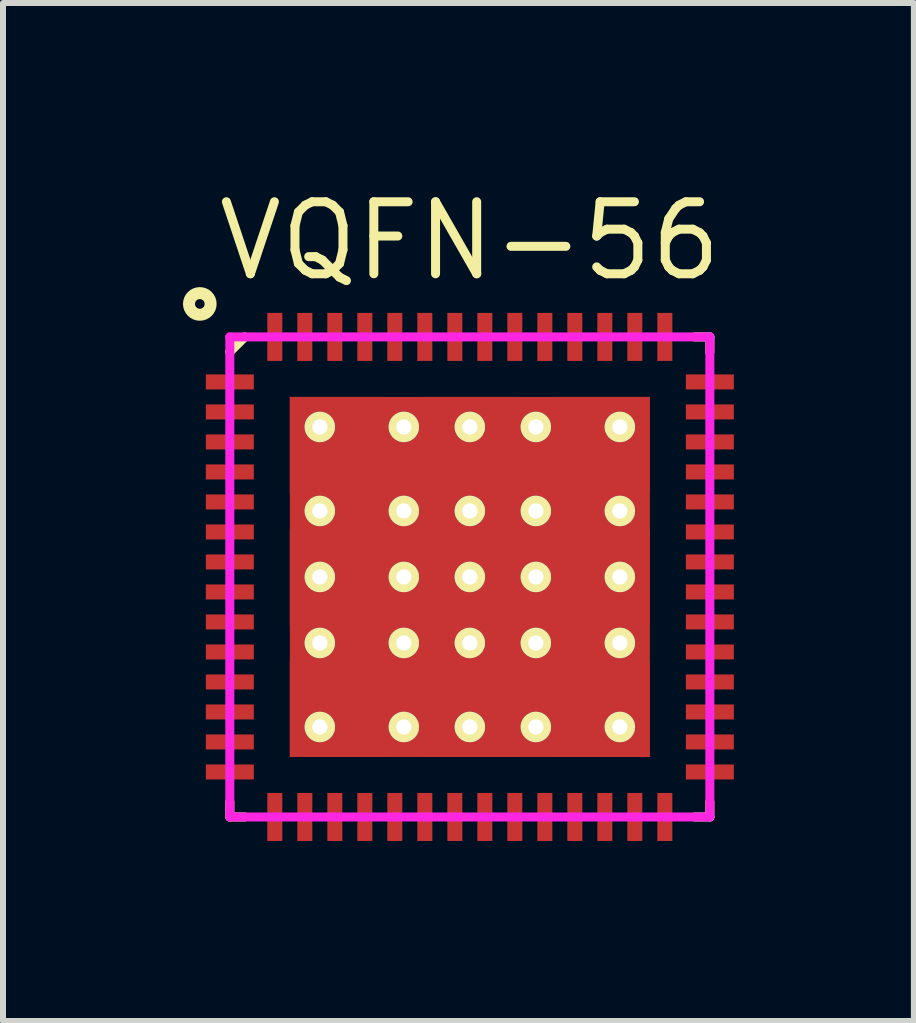
<source format=kicad_pcb>
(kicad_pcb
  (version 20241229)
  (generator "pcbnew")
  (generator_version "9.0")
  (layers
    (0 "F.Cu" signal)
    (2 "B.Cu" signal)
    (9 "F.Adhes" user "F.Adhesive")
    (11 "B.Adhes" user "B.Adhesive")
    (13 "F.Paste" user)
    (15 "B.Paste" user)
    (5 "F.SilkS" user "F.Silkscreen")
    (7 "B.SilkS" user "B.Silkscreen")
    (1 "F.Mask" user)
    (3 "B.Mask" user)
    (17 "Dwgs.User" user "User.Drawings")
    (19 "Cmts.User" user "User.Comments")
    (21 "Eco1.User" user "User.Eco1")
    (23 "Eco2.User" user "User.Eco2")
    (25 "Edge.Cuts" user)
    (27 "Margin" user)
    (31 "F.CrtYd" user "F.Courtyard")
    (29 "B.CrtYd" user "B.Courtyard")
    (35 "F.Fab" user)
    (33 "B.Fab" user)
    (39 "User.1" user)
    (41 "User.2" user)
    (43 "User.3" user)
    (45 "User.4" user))
  (footprint "VQFN-56"
    (layer "F.Cu")
    (at 4.78 6.565)
    (property "Reference" "VQFN-56" (at 0 -5.6 0) (layer "F.SilkS") (effects (font (size 1.2 1.2) (thickness 0.15))))
    (attr through_hole)
    (fp_line (start -4 -3.75) (end -3.75 -4) (stroke (width 0.15) (type solid)) (layer "F.SilkS"))
    (fp_line (start -4 4) (end -4 3.75) (stroke (width 0.15) (type solid)) (layer "F.SilkS"))
    (fp_line (start -3.75 4) (end -4 4) (stroke (width 0.15) (type solid)) (layer "F.SilkS"))
    (fp_line (start 3.75 -4) (end 4 -4) (stroke (width 0.15) (type solid)) (layer "F.SilkS"))
    (fp_line (start 3.75 4) (end 4 4) (stroke (width 0.15) (type solid)) (layer "F.SilkS"))
    (fp_line (start 4 -4) (end 4 -3.75) (stroke (width 0.15) (type solid)) (layer "F.SilkS"))
    (fp_line (start 4 4) (end 4 3.75) (stroke (width 0.15) (type solid)) (layer "F.SilkS"))
    (fp_circle (center -4.5 -4.55) (end -4.35 -4.45) (stroke (width 0.2) (type solid)) (fill no) (layer "F.SilkS"))
    (fp_line (start -4 -4) (end 4 -4) (stroke (width 0.15) (type solid)) (layer "F.CrtYd"))
    (fp_line (start -4 4) (end -4 -4) (stroke (width 0.15) (type solid)) (layer "F.CrtYd"))
    (fp_line (start 4 -4) (end 4 4) (stroke (width 0.15) (type solid)) (layer "F.CrtYd"))
    (fp_line (start 4 4) (end -4 4) (stroke (width 0.15) (type solid)) (layer "F.CrtYd"))
    (pad "0" thru_hole circle (at -2.5 -2.5) (size 0.508 0.508) (drill 0.254) (layers "*.Cu" "*.Mask" "F.SilkS"))
    (pad "0" thru_hole circle (at -2.5 -1.1) (size 0.508 0.508) (drill 0.254) (layers "*.Cu" "*.Mask" "F.SilkS"))
    (pad "0" thru_hole circle (at -2.5 0) (size 0.508 0.508) (drill 0.254) (layers "*.Cu" "*.Mask" "F.SilkS"))
    (pad "0" thru_hole circle (at -2.5 1.1) (size 0.508 0.508) (drill 0.254) (layers "*.Cu" "*.Mask" "F.SilkS"))
    (pad "0" thru_hole circle (at -2.5 2.5) (size 0.508 0.508) (drill 0.254) (layers "*.Cu" "*.Mask" "F.SilkS"))
    (pad "0" smd rect (at -2.2 -2.2) (size 1.6 1.6) (layers "F.Cu" "F.Mask" "F.Paste"))
    (pad "0" smd rect (at -2.2 0) (size 1.6 1.6) (layers "F.Cu" "F.Mask" "F.Paste"))
    (pad "0" smd rect (at -2.2 2.2) (size 1.6 1.6) (layers "F.Cu" "F.Mask" "F.Paste"))
    (pad "0" thru_hole circle (at -1.1 -2.5) (size 0.508 0.508) (drill 0.254) (layers "*.Cu" "*.Mask" "F.SilkS"))
    (pad "0" thru_hole circle (at -1.1 -1.1) (size 0.508 0.508) (drill 0.254) (layers "*.Cu" "*.Mask" "F.SilkS"))
    (pad "0" thru_hole circle (at -1.1 0) (size 0.508 0.508) (drill 0.254) (layers "*.Cu" "*.Mask" "F.SilkS"))
    (pad "0" thru_hole circle (at -1.1 1.1) (size 0.508 0.508) (drill 0.254) (layers "*.Cu" "*.Mask" "F.SilkS"))
    (pad "0" thru_hole circle (at -1.1 2.5) (size 0.508 0.508) (drill 0.254) (layers "*.Cu" "*.Mask" "F.SilkS"))
    (pad "0" thru_hole circle (at 0 -2.5) (size 0.508 0.508) (drill 0.254) (layers "*.Cu" "*.Mask" "F.SilkS"))
    (pad "0" smd rect (at 0 -2.2) (size 1.6 1.6) (layers "F.Cu" "F.Mask" "F.Paste"))
    (pad "0" thru_hole circle (at 0 -1.1) (size 0.508 0.508) (drill 0.254) (layers "*.Cu" "*.Mask" "F.SilkS"))
    (pad "0" thru_hole circle (at 0 0) (size 0.508 0.508) (drill 0.254) (layers "*.Cu" "*.Mask" "F.SilkS"))
    (pad "0" smd rect (at 0 0) (size 1.6 1.6) (layers "F.Cu" "F.Mask" "F.Paste"))
    (pad "0" smd rect (at 0 0) (size 6 6) (layers "F.Cu" "F.Mask"))
    (pad "0" thru_hole circle (at 0 1.1) (size 0.508 0.508) (drill 0.254) (layers "*.Cu" "*.Mask" "F.SilkS"))
    (pad "0" smd rect (at 0 2.2) (size 1.6 1.6) (layers "F.Cu" "F.Mask" "F.Paste"))
    (pad "0" thru_hole circle (at 0 2.5) (size 0.508 0.508) (drill 0.254) (layers "*.Cu" "*.Mask" "F.SilkS"))
    (pad "0" thru_hole circle (at 1.1 -2.5) (size 0.508 0.508) (drill 0.254) (layers "*.Cu" "*.Mask" "F.SilkS"))
    (pad "0" thru_hole circle (at 1.1 -1.1) (size 0.508 0.508) (drill 0.254) (layers "*.Cu" "*.Mask" "F.SilkS"))
    (pad "0" thru_hole circle (at 1.1 0) (size 0.508 0.508) (drill 0.254) (layers "*.Cu" "*.Mask" "F.SilkS"))
    (pad "0" thru_hole circle (at 1.1 1.1) (size 0.508 0.508) (drill 0.254) (layers "*.Cu" "*.Mask" "F.SilkS"))
    (pad "0" thru_hole circle (at 1.1 2.5) (size 0.508 0.508) (drill 0.254) (layers "*.Cu" "*.Mask" "F.SilkS"))
    (pad "0" smd rect (at 2.2 -2.2) (size 1.6 1.6) (layers "F.Cu" "F.Mask" "F.Paste"))
    (pad "0" smd rect (at 2.2 0) (size 1.6 1.6) (layers "F.Cu" "F.Mask" "F.Paste"))
    (pad "0" smd rect (at 2.2 2.2) (size 1.6 1.6) (layers "F.Cu" "F.Mask" "F.Paste"))
    (pad "0" thru_hole circle (at 2.5 -2.5) (size 0.508 0.508) (drill 0.254) (layers "*.Cu" "*.Mask" "F.SilkS"))
    (pad "0" thru_hole circle (at 2.5 -1.1) (size 0.508 0.508) (drill 0.254) (layers "*.Cu" "*.Mask" "F.SilkS"))
    (pad "0" thru_hole circle (at 2.5 0) (size 0.508 0.508) (drill 0.254) (layers "*.Cu" "*.Mask" "F.SilkS"))
    (pad "0" thru_hole circle (at 2.5 1.1) (size 0.508 0.508) (drill 0.254) (layers "*.Cu" "*.Mask" "F.SilkS"))
    (pad "0" thru_hole circle (at 2.5 2.5) (size 0.508 0.508) (drill 0.254) (layers "*.Cu" "*.Mask" "F.SilkS"))
    (pad "1" smd rect (at -4 -3.25 90) (size 0.25 0.8) (layers "F.Cu" "F.Mask" "F.Paste"))
    (pad "2" smd rect (at -4 -2.75 90) (size 0.25 0.8) (layers "F.Cu" "F.Mask" "F.Paste"))
    (pad "3" smd rect (at -4 -2.25 90) (size 0.25 0.8) (layers "F.Cu" "F.Mask" "F.Paste"))
    (pad "4" smd rect (at -4 -1.75 90) (size 0.25 0.8) (layers "F.Cu" "F.Mask" "F.Paste"))
    (pad "5" smd rect (at -4 -1.25 90) (size 0.25 0.8) (layers "F.Cu" "F.Mask" "F.Paste"))
    (pad "6" smd rect (at -4 -0.75 90) (size 0.25 0.8) (layers "F.Cu" "F.Mask" "F.Paste"))
    (pad "7" smd rect (at -4 -0.25 90) (size 0.25 0.8) (layers "F.Cu" "F.Mask" "F.Paste"))
    (pad "8" smd rect (at -4 0.25 90) (size 0.25 0.8) (layers "F.Cu" "F.Mask" "F.Paste"))
    (pad "9" smd rect (at -4 0.75 90) (size 0.25 0.8) (layers "F.Cu" "F.Mask" "F.Paste"))
    (pad "10" smd rect (at -4 1.25 90) (size 0.25 0.8) (layers "F.Cu" "F.Mask" "F.Paste"))
    (pad "11" smd rect (at -4 1.75 90) (size 0.25 0.8) (layers "F.Cu" "F.Mask" "F.Paste"))
    (pad "12" smd rect (at -4 2.25 90) (size 0.25 0.8) (layers "F.Cu" "F.Mask" "F.Paste"))
    (pad "13" smd rect (at -4 2.75 90) (size 0.25 0.8) (layers "F.Cu" "F.Mask" "F.Paste"))
    (pad "14" smd rect (at -4 3.25 90) (size 0.25 0.8) (layers "F.Cu" "F.Mask" "F.Paste"))
    (pad "15" smd rect (at -3.25 4) (size 0.25 0.8) (layers "F.Cu" "F.Mask" "F.Paste"))
    (pad "16" smd rect (at -2.75 4) (size 0.25 0.8) (layers "F.Cu" "F.Mask" "F.Paste"))
    (pad "17" smd rect (at -2.25 4) (size 0.25 0.8) (layers "F.Cu" "F.Mask" "F.Paste"))
    (pad "18" smd rect (at -1.75 4) (size 0.25 0.8) (layers "F.Cu" "F.Mask" "F.Paste"))
    (pad "19" smd rect (at -1.25 4) (size 0.25 0.8) (layers "F.Cu" "F.Mask" "F.Paste"))
    (pad "20" smd rect (at -0.75 4) (size 0.25 0.8) (layers "F.Cu" "F.Mask" "F.Paste"))
    (pad "21" smd rect (at -0.25 4) (size 0.25 0.8) (layers "F.Cu" "F.Mask" "F.Paste"))
    (pad "22" smd rect (at 0.25 4) (size 0.25 0.8) (layers "F.Cu" "F.Mask" "F.Paste"))
    (pad "23" smd rect (at 0.75 4) (size 0.25 0.8) (layers "F.Cu" "F.Mask" "F.Paste"))
    (pad "24" smd rect (at 1.25 4) (size 0.25 0.8) (layers "F.Cu" "F.Mask" "F.Paste"))
    (pad "25" smd rect (at 1.75 4) (size 0.25 0.8) (layers "F.Cu" "F.Mask" "F.Paste"))
    (pad "26" smd rect (at 2.25 4) (size 0.25 0.8) (layers "F.Cu" "F.Mask" "F.Paste"))
    (pad "27" smd rect (at 2.75 4) (size 0.25 0.8) (layers "F.Cu" "F.Mask" "F.Paste"))
    (pad "28" smd rect (at 3.25 4) (size 0.25 0.8) (layers "F.Cu" "F.Mask" "F.Paste"))
    (pad "29" smd rect (at 4 3.25 90) (size 0.25 0.8) (layers "F.Cu" "F.Mask" "F.Paste"))
    (pad "30" smd rect (at 4 2.75 90) (size 0.25 0.8) (layers "F.Cu" "F.Mask" "F.Paste"))
    (pad "31" smd rect (at 4 2.25 90) (size 0.25 0.8) (layers "F.Cu" "F.Mask" "F.Paste"))
    (pad "32" smd rect (at 4 1.75 90) (size 0.25 0.8) (layers "F.Cu" "F.Mask" "F.Paste"))
    (pad "33" smd rect (at 4 1.25 90) (size 0.25 0.8) (layers "F.Cu" "F.Mask" "F.Paste"))
    (pad "34" smd rect (at 4 0.75 90) (size 0.25 0.8) (layers "F.Cu" "F.Mask" "F.Paste"))
    (pad "35" smd rect (at 4 0.25 90) (size 0.25 0.8) (layers "F.Cu" "F.Mask" "F.Paste"))
    (pad "36" smd rect (at 4 -0.25 90) (size 0.25 0.8) (layers "F.Cu" "F.Mask" "F.Paste"))
    (pad "37" smd rect (at 4 -0.75 90) (size 0.25 0.8) (layers "F.Cu" "F.Mask" "F.Paste"))
    (pad "38" smd rect (at 4 -1.25 90) (size 0.25 0.8) (layers "F.Cu" "F.Mask" "F.Paste"))
    (pad "39" smd rect (at 4 -1.75 90) (size 0.25 0.8) (layers "F.Cu" "F.Mask" "F.Paste"))
    (pad "40" smd rect (at 4 -2.25 90) (size 0.25 0.8) (layers "F.Cu" "F.Mask" "F.Paste"))
    (pad "41" smd rect (at 4 -2.75 90) (size 0.25 0.8) (layers "F.Cu" "F.Mask" "F.Paste"))
    (pad "42" smd rect (at 4 -3.25 90) (size 0.25 0.8) (layers "F.Cu" "F.Mask" "F.Paste"))
    (pad "43" smd rect (at 3.25 -4) (size 0.25 0.8) (layers "F.Cu" "F.Mask" "F.Paste"))
    (pad "44" smd rect (at 2.75 -4) (size 0.25 0.8) (layers "F.Cu" "F.Mask" "F.Paste"))
    (pad "45" smd rect (at 2.25 -4) (size 0.25 0.8) (layers "F.Cu" "F.Mask" "F.Paste"))
    (pad "46" smd rect (at 1.75 -4) (size 0.25 0.8) (layers "F.Cu" "F.Mask" "F.Paste"))
    (pad "47" smd rect (at 1.25 -4) (size 0.25 0.8) (layers "F.Cu" "F.Mask" "F.Paste"))
    (pad "48" smd rect (at 0.75 -4) (size 0.25 0.8) (layers "F.Cu" "F.Mask" "F.Paste"))
    (pad "49" smd rect (at 0.25 -4) (size 0.25 0.8) (layers "F.Cu" "F.Mask" "F.Paste"))
    (pad "50" smd rect (at -0.25 -4) (size 0.25 0.8) (layers "F.Cu" "F.Mask" "F.Paste"))
    (pad "51" smd rect (at -0.75 -4) (size 0.25 0.8) (layers "F.Cu" "F.Mask" "F.Paste"))
    (pad "52" smd rect (at -1.25 -4) (size 0.25 0.8) (layers "F.Cu" "F.Mask" "F.Paste"))
    (pad "53" smd rect (at -1.75 -4) (size 0.25 0.8) (layers "F.Cu" "F.Mask" "F.Paste"))
    (pad "54" smd rect (at -2.25 -4) (size 0.25 0.8) (layers "F.Cu" "F.Mask" "F.Paste"))
    (pad "55" smd rect (at -2.75 -4) (size 0.25 0.8) (layers "F.Cu" "F.Mask" "F.Paste"))
    (pad "56" smd rect (at -3.25 -4) (size 0.25 0.8) (layers "F.Cu" "F.Mask" "F.Paste")))
  (gr_rect
    (start -3 -3)
    (end 12.18 13.965)
    (stroke (width 0.1) (type default))
    (fill no)
    (layer "Edge.Cuts")))
</source>
